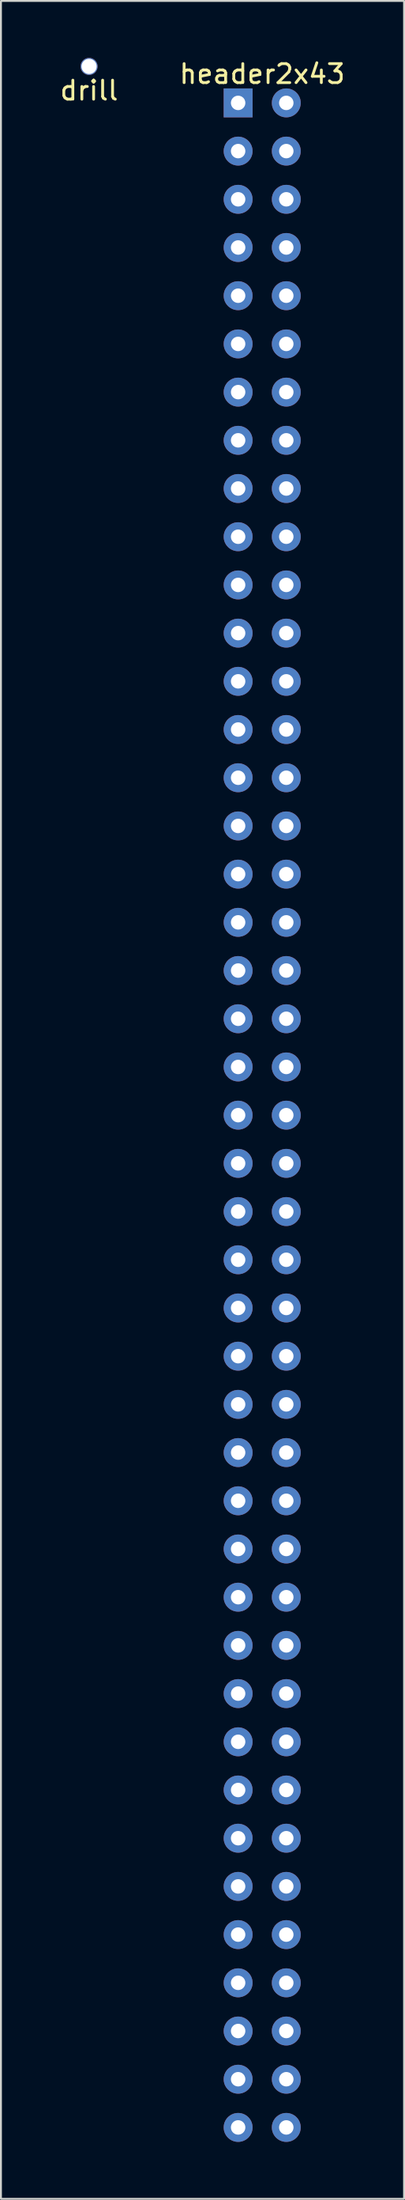
<source format=kicad_pcb>
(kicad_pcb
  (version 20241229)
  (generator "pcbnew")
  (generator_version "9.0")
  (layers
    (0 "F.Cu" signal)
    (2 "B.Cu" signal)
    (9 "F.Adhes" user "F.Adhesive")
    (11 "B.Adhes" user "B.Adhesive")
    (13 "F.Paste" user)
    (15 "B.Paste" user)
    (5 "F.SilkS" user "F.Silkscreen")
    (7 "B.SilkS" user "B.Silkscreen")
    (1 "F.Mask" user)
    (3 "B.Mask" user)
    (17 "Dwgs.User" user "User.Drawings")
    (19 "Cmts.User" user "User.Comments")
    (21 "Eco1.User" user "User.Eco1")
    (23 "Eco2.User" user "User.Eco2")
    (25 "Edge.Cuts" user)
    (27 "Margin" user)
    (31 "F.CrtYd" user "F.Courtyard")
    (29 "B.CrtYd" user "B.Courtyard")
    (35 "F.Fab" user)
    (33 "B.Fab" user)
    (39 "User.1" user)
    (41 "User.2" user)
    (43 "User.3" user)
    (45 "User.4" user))
  (footprint "drill"
    (layer "F.Cu")
    (at 1.649 0.45)
    (property "Reference" "drill" (at 0 1.27 0) (layer "F.SilkS") (effects (font (size 1 1) (thickness 0.15))))
    (attr through_hole)
    (pad "" np_thru_hole circle (at 0 0) (size 0.9 0.9) (drill 0.8) (layers "*.Cu" "*.Mask")))
  (footprint "header2x43"
    (layer "F.Cu")
    (at 10.78 2.372)
    (property "Reference" "header2x43" (at 0 -1.524 0) (layer "F.SilkS") (effects (font (size 1 1) (thickness 0.15))))
    (attr through_hole)
    (pad "1" thru_hole rect (at -1.27 0) (size 1.524 1.524) (drill 0.762) (layers "*.Cu" "*.Mask"))
    (pad "2" thru_hole circle (at 1.27 0) (size 1.524 1.524) (drill 0.762) (layers "*.Cu" "*.Mask"))
    (pad "3" thru_hole circle (at -1.27 2.54) (size 1.524 1.524) (drill 0.762) (layers "*.Cu" "*.Mask"))
    (pad "4" thru_hole circle (at 1.27 2.54) (size 1.524 1.524) (drill 0.762) (layers "*.Cu" "*.Mask"))
    (pad "5" thru_hole circle (at -1.27 5.08) (size 1.524 1.524) (drill 0.762) (layers "*.Cu" "*.Mask"))
    (pad "6" thru_hole circle (at 1.27 5.08) (size 1.524 1.524) (drill 0.762) (layers "*.Cu" "*.Mask"))
    (pad "7" thru_hole circle (at -1.27 7.62) (size 1.524 1.524) (drill 0.762) (layers "*.Cu" "*.Mask"))
    (pad "8" thru_hole circle (at 1.27 7.62) (size 1.524 1.524) (drill 0.762) (layers "*.Cu" "*.Mask"))
    (pad "9" thru_hole circle (at -1.27 10.16) (size 1.524 1.524) (drill 0.762) (layers "*.Cu" "*.Mask"))
    (pad "10" thru_hole circle (at 1.27 10.16) (size 1.524 1.524) (drill 0.762) (layers "*.Cu" "*.Mask"))
    (pad "11" thru_hole circle (at -1.27 12.7) (size 1.524 1.524) (drill 0.762) (layers "*.Cu" "*.Mask"))
    (pad "12" thru_hole circle (at 1.27 12.7) (size 1.524 1.524) (drill 0.762) (layers "*.Cu" "*.Mask"))
    (pad "13" thru_hole circle (at -1.27 15.24) (size 1.524 1.524) (drill 0.762) (layers "*.Cu" "*.Mask"))
    (pad "14" thru_hole circle (at 1.27 15.24) (size 1.524 1.524) (drill 0.762) (layers "*.Cu" "*.Mask"))
    (pad "15" thru_hole circle (at -1.27 17.78) (size 1.524 1.524) (drill 0.762) (layers "*.Cu" "*.Mask"))
    (pad "16" thru_hole circle (at 1.27 17.78) (size 1.524 1.524) (drill 0.762) (layers "*.Cu" "*.Mask"))
    (pad "17" thru_hole circle (at -1.27 20.32) (size 1.524 1.524) (drill 0.762) (layers "*.Cu" "*.Mask"))
    (pad "18" thru_hole circle (at 1.27 20.32) (size 1.524 1.524) (drill 0.762) (layers "*.Cu" "*.Mask"))
    (pad "19" thru_hole circle (at -1.27 22.86) (size 1.524 1.524) (drill 0.762) (layers "*.Cu" "*.Mask"))
    (pad "20" thru_hole circle (at 1.27 22.86) (size 1.524 1.524) (drill 0.762) (layers "*.Cu" "*.Mask"))
    (pad "21" thru_hole circle (at -1.27 25.4) (size 1.524 1.524) (drill 0.762) (layers "*.Cu" "*.Mask"))
    (pad "22" thru_hole circle (at 1.27 25.4) (size 1.524 1.524) (drill 0.762) (layers "*.Cu" "*.Mask"))
    (pad "23" thru_hole circle (at -1.27 27.94) (size 1.524 1.524) (drill 0.762) (layers "*.Cu" "*.Mask"))
    (pad "24" thru_hole circle (at 1.27 27.94) (size 1.524 1.524) (drill 0.762) (layers "*.Cu" "*.Mask"))
    (pad "25" thru_hole circle (at -1.27 30.48) (size 1.524 1.524) (drill 0.762) (layers "*.Cu" "*.Mask"))
    (pad "26" thru_hole circle (at 1.27 30.48) (size 1.524 1.524) (drill 0.762) (layers "*.Cu" "*.Mask"))
    (pad "27" thru_hole circle (at -1.27 33.02) (size 1.524 1.524) (drill 0.762) (layers "*.Cu" "*.Mask"))
    (pad "28" thru_hole circle (at 1.27 33.02) (size 1.524 1.524) (drill 0.762) (layers "*.Cu" "*.Mask"))
    (pad "29" thru_hole circle (at -1.27 35.56) (size 1.524 1.524) (drill 0.762) (layers "*.Cu" "*.Mask"))
    (pad "30" thru_hole circle (at 1.27 35.56) (size 1.524 1.524) (drill 0.762) (layers "*.Cu" "*.Mask"))
    (pad "31" thru_hole circle (at -1.27 38.1) (size 1.524 1.524) (drill 0.762) (layers "*.Cu" "*.Mask"))
    (pad "32" thru_hole circle (at 1.27 38.1) (size 1.524 1.524) (drill 0.762) (layers "*.Cu" "*.Mask"))
    (pad "33" thru_hole circle (at -1.27 40.64) (size 1.524 1.524) (drill 0.762) (layers "*.Cu" "*.Mask"))
    (pad "34" thru_hole circle (at 1.27 40.64) (size 1.524 1.524) (drill 0.762) (layers "*.Cu" "*.Mask"))
    (pad "35" thru_hole circle (at -1.27 43.18) (size 1.524 1.524) (drill 0.762) (layers "*.Cu" "*.Mask"))
    (pad "36" thru_hole circle (at 1.27 43.18) (size 1.524 1.524) (drill 0.762) (layers "*.Cu" "*.Mask"))
    (pad "37" thru_hole circle (at -1.27 45.72) (size 1.524 1.524) (drill 0.762) (layers "*.Cu" "*.Mask"))
    (pad "38" thru_hole circle (at 1.27 45.72) (size 1.524 1.524) (drill 0.762) (layers "*.Cu" "*.Mask"))
    (pad "39" thru_hole circle (at -1.27 48.26) (size 1.524 1.524) (drill 0.762) (layers "*.Cu" "*.Mask"))
    (pad "40" thru_hole circle (at 1.27 48.26) (size 1.524 1.524) (drill 0.762) (layers "*.Cu" "*.Mask"))
    (pad "41" thru_hole circle (at -1.27 50.8) (size 1.524 1.524) (drill 0.762) (layers "*.Cu" "*.Mask"))
    (pad "42" thru_hole circle (at 1.27 50.8) (size 1.524 1.524) (drill 0.762) (layers "*.Cu" "*.Mask"))
    (pad "43" thru_hole circle (at -1.27 53.34) (size 1.524 1.524) (drill 0.762) (layers "*.Cu" "*.Mask"))
    (pad "44" thru_hole circle (at 1.27 53.34) (size 1.524 1.524) (drill 0.762) (layers "*.Cu" "*.Mask"))
    (pad "45" thru_hole circle (at -1.27 55.88) (size 1.524 1.524) (drill 0.762) (layers "*.Cu" "*.Mask"))
    (pad "46" thru_hole circle (at 1.27 55.88) (size 1.524 1.524) (drill 0.762) (layers "*.Cu" "*.Mask"))
    (pad "47" thru_hole circle (at -1.27 58.42) (size 1.524 1.524) (drill 0.762) (layers "*.Cu" "*.Mask"))
    (pad "48" thru_hole circle (at 1.27 58.42) (size 1.524 1.524) (drill 0.762) (layers "*.Cu" "*.Mask"))
    (pad "49" thru_hole circle (at -1.27 60.96) (size 1.524 1.524) (drill 0.762) (layers "*.Cu" "*.Mask"))
    (pad "50" thru_hole circle (at 1.27 60.96) (size 1.524 1.524) (drill 0.762) (layers "*.Cu" "*.Mask"))
    (pad "51" thru_hole circle (at -1.27 63.5) (size 1.524 1.524) (drill 0.762) (layers "*.Cu" "*.Mask"))
    (pad "52" thru_hole circle (at 1.27 63.5) (size 1.524 1.524) (drill 0.762) (layers "*.Cu" "*.Mask"))
    (pad "53" thru_hole circle (at -1.27 66.04) (size 1.524 1.524) (drill 0.762) (layers "*.Cu" "*.Mask"))
    (pad "54" thru_hole circle (at 1.27 66.04) (size 1.524 1.524) (drill 0.762) (layers "*.Cu" "*.Mask"))
    (pad "55" thru_hole circle (at -1.27 68.58) (size 1.524 1.524) (drill 0.762) (layers "*.Cu" "*.Mask"))
    (pad "56" thru_hole circle (at 1.27 68.58) (size 1.524 1.524) (drill 0.762) (layers "*.Cu" "*.Mask"))
    (pad "57" thru_hole circle (at -1.27 71.12) (size 1.524 1.524) (drill 0.762) (layers "*.Cu" "*.Mask"))
    (pad "58" thru_hole circle (at 1.27 71.12) (size 1.524 1.524) (drill 0.762) (layers "*.Cu" "*.Mask"))
    (pad "59" thru_hole circle (at -1.27 73.66) (size 1.524 1.524) (drill 0.762) (layers "*.Cu" "*.Mask"))
    (pad "60" thru_hole circle (at 1.27 73.66) (size 1.524 1.524) (drill 0.762) (layers "*.Cu" "*.Mask"))
    (pad "61" thru_hole circle (at -1.27 76.2) (size 1.524 1.524) (drill 0.762) (layers "*.Cu" "*.Mask"))
    (pad "62" thru_hole circle (at 1.27 76.2) (size 1.524 1.524) (drill 0.762) (layers "*.Cu" "*.Mask"))
    (pad "63" thru_hole circle (at -1.27 78.74) (size 1.524 1.524) (drill 0.762) (layers "*.Cu" "*.Mask"))
    (pad "64" thru_hole circle (at 1.27 78.74) (size 1.524 1.524) (drill 0.762) (layers "*.Cu" "*.Mask"))
    (pad "65" thru_hole circle (at -1.27 81.28) (size 1.524 1.524) (drill 0.762) (layers "*.Cu" "*.Mask"))
    (pad "66" thru_hole circle (at 1.27 81.28) (size 1.524 1.524) (drill 0.762) (layers "*.Cu" "*.Mask"))
    (pad "67" thru_hole circle (at -1.27 83.82) (size 1.524 1.524) (drill 0.762) (layers "*.Cu" "*.Mask"))
    (pad "68" thru_hole circle (at 1.27 83.82) (size 1.524 1.524) (drill 0.762) (layers "*.Cu" "*.Mask"))
    (pad "69" thru_hole circle (at -1.27 86.36) (size 1.524 1.524) (drill 0.762) (layers "*.Cu" "*.Mask"))
    (pad "70" thru_hole circle (at 1.27 86.36) (size 1.524 1.524) (drill 0.762) (layers "*.Cu" "*.Mask"))
    (pad "71" thru_hole circle (at -1.27 88.9) (size 1.524 1.524) (drill 0.762) (layers "*.Cu" "*.Mask"))
    (pad "72" thru_hole circle (at 1.27 88.9) (size 1.524 1.524) (drill 0.762) (layers "*.Cu" "*.Mask"))
    (pad "73" thru_hole circle (at -1.27 91.44) (size 1.524 1.524) (drill 0.762) (layers "*.Cu" "*.Mask"))
    (pad "74" thru_hole circle (at 1.27 91.44) (size 1.524 1.524) (drill 0.762) (layers "*.Cu" "*.Mask"))
    (pad "75" thru_hole circle (at -1.27 93.98) (size 1.524 1.524) (drill 0.762) (layers "*.Cu" "*.Mask"))
    (pad "76" thru_hole circle (at 1.27 93.98) (size 1.524 1.524) (drill 0.762) (layers "*.Cu" "*.Mask"))
    (pad "77" thru_hole circle (at -1.27 96.52) (size 1.524 1.524) (drill 0.762) (layers "*.Cu" "*.Mask"))
    (pad "78" thru_hole circle (at 1.27 96.52) (size 1.524 1.524) (drill 0.762) (layers "*.Cu" "*.Mask"))
    (pad "79" thru_hole circle (at -1.27 99.06) (size 1.524 1.524) (drill 0.762) (layers "*.Cu" "*.Mask"))
    (pad "80" thru_hole circle (at 1.27 99.06) (size 1.524 1.524) (drill 0.762) (layers "*.Cu" "*.Mask"))
    (pad "81" thru_hole circle (at -1.27 101.6) (size 1.524 1.524) (drill 0.762) (layers "*.Cu" "*.Mask"))
    (pad "82" thru_hole circle (at 1.27 101.6) (size 1.524 1.524) (drill 0.762) (layers "*.Cu" "*.Mask"))
    (pad "83" thru_hole circle (at -1.27 104.14) (size 1.524 1.524) (drill 0.762) (layers "*.Cu" "*.Mask"))
    (pad "84" thru_hole circle (at 1.27 104.14) (size 1.524 1.524) (drill 0.762) (layers "*.Cu" "*.Mask"))
    (pad "85" thru_hole circle (at -1.27 106.68) (size 1.524 1.524) (drill 0.762) (layers "*.Cu" "*.Mask"))
    (pad "86" thru_hole circle (at 1.27 106.68) (size 1.524 1.524) (drill 0.762) (layers "*.Cu" "*.Mask")))
  (gr_rect
    (start -3 -3)
    (end 18.262 112.814)
    (stroke (width 0.1) (type default))
    (fill no)
    (layer "Edge.Cuts")))
</source>
